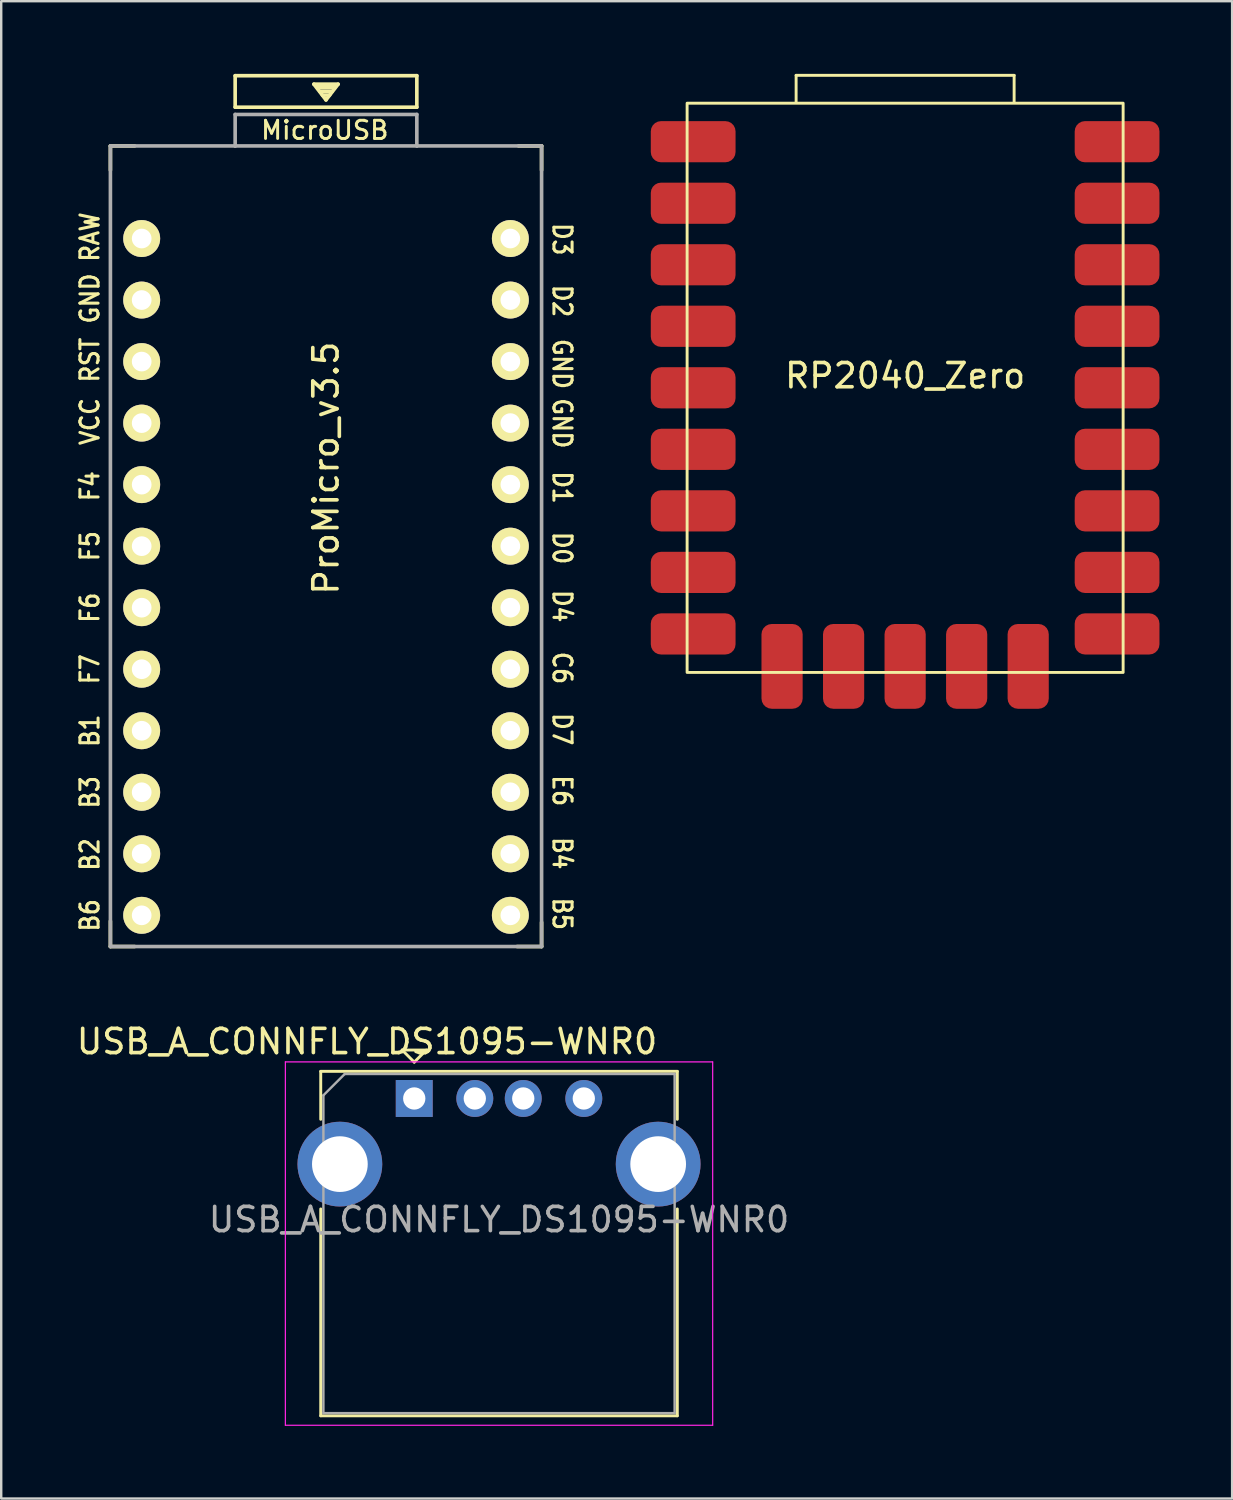
<source format=kicad_pcb>
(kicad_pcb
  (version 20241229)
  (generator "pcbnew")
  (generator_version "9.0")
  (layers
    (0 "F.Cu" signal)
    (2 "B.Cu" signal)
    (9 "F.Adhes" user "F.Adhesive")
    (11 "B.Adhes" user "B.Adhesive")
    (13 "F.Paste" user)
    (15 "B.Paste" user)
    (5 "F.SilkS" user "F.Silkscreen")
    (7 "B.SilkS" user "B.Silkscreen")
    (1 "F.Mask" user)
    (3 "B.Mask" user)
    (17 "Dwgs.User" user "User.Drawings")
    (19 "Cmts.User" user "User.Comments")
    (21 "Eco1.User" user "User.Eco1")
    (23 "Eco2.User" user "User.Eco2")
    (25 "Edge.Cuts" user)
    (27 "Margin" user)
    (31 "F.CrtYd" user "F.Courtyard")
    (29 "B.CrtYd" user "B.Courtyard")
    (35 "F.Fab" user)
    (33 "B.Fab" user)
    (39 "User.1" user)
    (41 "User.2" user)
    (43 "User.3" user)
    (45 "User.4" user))
  (footprint "USB_A_CONNFLY_DS1095-WNR0"
    (layer "F.Cu")
    (at 14.051 42.298)
    (property "Reference" "USB_A_CONNFLY_DS1095-WNR0" (at -1.95 -2.35 0) (layer "F.SilkS") (effects (font (size 1 1) (thickness 0.15))))
    (attr through_hole)
    (fp_line (start -3.86 -1.12) (end -3.86 0.86) (stroke (width 0.12) (type solid)) (layer "F.SilkS"))
    (fp_line (start -3.86 -1.12) (end 10.86 -1.12) (stroke (width 0.12) (type solid)) (layer "F.SilkS"))
    (fp_line (start -3.86 4.56) (end -3.86 13.1) (stroke (width 0.12) (type solid)) (layer "F.SilkS"))
    (fp_line (start -3.86 13.1) (end 10.86 13.1) (stroke (width 0.12) (type solid)) (layer "F.SilkS"))
    (fp_line (start -0.5 -2) (end 0 -1.5) (stroke (width 0.12) (type solid)) (layer "F.SilkS"))
    (fp_line (start 0 -1.5) (end 0.5 -2) (stroke (width 0.12) (type solid)) (layer "F.SilkS"))
    (fp_line (start 0.5 -2) (end -0.5 -2) (stroke (width 0.12) (type solid)) (layer "F.SilkS"))
    (fp_line (start 10.86 0.86) (end 10.86 -1.12) (stroke (width 0.12) (type solid)) (layer "F.SilkS"))
    (fp_line (start 10.86 4.56) (end 10.86 13.1) (stroke (width 0.12) (type solid)) (layer "F.SilkS"))
    (fp_line (start -5.32 -1.51) (end -5.32 13.49) (stroke (width 0.05) (type solid)) (layer "F.CrtYd"))
    (fp_line (start -5.32 -1.51) (end 12.32 -1.51) (stroke (width 0.05) (type solid)) (layer "F.CrtYd"))
    (fp_line (start 12.32 -1.51) (end 12.32 13.49) (stroke (width 0.05) (type solid)) (layer "F.CrtYd"))
    (fp_line (start 12.32 13.49) (end -5.32 13.49) (stroke (width 0.05) (type solid)) (layer "F.CrtYd"))
    (fp_line (start -3.75 -0.13) (end -3.75 12.99) (stroke (width 0.1) (type solid)) (layer "F.Fab"))
    (fp_line (start -3.75 12.99) (end 10.75 12.99) (stroke (width 0.1) (type solid)) (layer "F.Fab"))
    (fp_line (start -2.87 -1.01) (end -3.75 -0.13) (stroke (width 0.1) (type solid)) (layer "F.Fab"))
    (fp_line (start -2.87 -1.01) (end 10.75 -1.01) (stroke (width 0.1) (type solid)) (layer "F.Fab"))
    (fp_line (start 10.75 -1.01) (end 10.75 12.99) (stroke (width 0.1) (type solid)) (layer "F.Fab"))
    (fp_text user "${REFERENCE}" (at 3.5 5 0) (layer "F.Fab") (effects (font (size 1 1) (thickness 0.15))))
    (pad "1" thru_hole rect (at 0 0) (size 1.524 1.524) (drill 0.92) (layers "*.Cu" "*.Mask"))
    (pad "2" thru_hole circle (at 2.5 0) (size 1.524 1.524) (drill 0.92) (layers "*.Cu" "*.Mask"))
    (pad "3" thru_hole circle (at 4.5 0) (size 1.524 1.524) (drill 0.92) (layers "*.Cu" "*.Mask"))
    (pad "4" thru_hole circle (at 7 0) (size 1.524 1.524) (drill 0.92) (layers "*.Cu" "*.Mask"))
    (pad "5" thru_hole circle (at -3.07 2.71) (size 3.5 3.5) (drill 2.3) (layers "*.Cu" "*.Mask"))
    (pad "5" thru_hole circle (at 10.07 2.71) (size 3.5 3.5) (drill 2.3) (layers "*.Cu" "*.Mask")))
  (footprint "ProMicro_v3.5"
    (layer "F.Cu")
    (at 10.408 21.275)
    (property "Reference" "ProMicro_v3.5" (at 0 -5 270) (layer "F.SilkS") (effects (font (size 1 1) (thickness 0.15))))
    (attr through_hole)
    (fp_line (start -8.9 -18.3) (end -8.9 -17.3) (stroke (width 0.15) (type solid)) (layer "F.SilkS"))
    (fp_line (start -8.9 -18.3) (end -7.9 -18.3) (stroke (width 0.15) (type solid)) (layer "F.SilkS"))
    (fp_line (start -8.9 13.7) (end -8.9 14.75) (stroke (width 0.15) (type solid)) (layer "F.SilkS"))
    (fp_line (start -8.9 14.75) (end -7.9 14.75) (stroke (width 0.15) (type solid)) (layer "F.SilkS"))
    (fp_line (start -3.75 -21.2) (end -3.75 -19.9) (stroke (width 0.15) (type solid)) (layer "F.SilkS"))
    (fp_line (start -3.75 -19.9) (end 3.75 -19.9) (stroke (width 0.15) (type solid)) (layer "F.SilkS"))
    (fp_line (start -0.5 -20.85) (end 0.5 -20.85) (stroke (width 0.15) (type solid)) (layer "F.SilkS"))
    (fp_line (start -0.35 -20.7) (end 0.35 -20.7) (stroke (width 0.15) (type solid)) (layer "F.SilkS"))
    (fp_line (start -0.25 -20.55) (end 0.25 -20.55) (stroke (width 0.15) (type solid)) (layer "F.SilkS"))
    (fp_line (start -0.15 -20.4) (end 0.15 -20.4) (stroke (width 0.15) (type solid)) (layer "F.SilkS"))
    (fp_line (start 0 -20.2) (end -0.5 -20.85) (stroke (width 0.15) (type solid)) (layer "F.SilkS"))
    (fp_line (start 0.5 -20.85) (end 0 -20.2) (stroke (width 0.15) (type solid)) (layer "F.SilkS"))
    (fp_line (start 3.75 -21.2) (end -3.75 -21.2) (stroke (width 0.15) (type solid)) (layer "F.SilkS"))
    (fp_line (start 3.75 -19.9) (end 3.75 -21.2) (stroke (width 0.15) (type solid)) (layer "F.SilkS"))
    (fp_line (start 8.9 -18.3) (end 7.95 -18.3) (stroke (width 0.15) (type solid)) (layer "F.SilkS"))
    (fp_line (start 8.9 -18.3) (end 8.9 -17.3) (stroke (width 0.15) (type solid)) (layer "F.SilkS"))
    (fp_line (start 8.9 13.75) (end 8.9 14.75) (stroke (width 0.15) (type solid)) (layer "F.SilkS"))
    (fp_line (start 8.9 14.75) (end 7.89 14.75) (stroke (width 0.15) (type solid)) (layer "F.SilkS"))
    (fp_line (start -8.9 -18.3) (end -3.75 -18.3) (stroke (width 0.15) (type solid)) (layer "F.Fab"))
    (fp_line (start -8.9 14.75) (end -8.9 -18.3) (stroke (width 0.15) (type solid)) (layer "F.Fab"))
    (fp_line (start -3.75 -19.6) (end -3.75 -18.299) (stroke (width 0.15) (type solid)) (layer "F.Fab"))
    (fp_line (start -3.75 -19.6) (end 3.75 -19.6) (stroke (width 0.15) (type solid)) (layer "F.Fab"))
    (fp_line (start -3.75 -18.3) (end 3.75 -18.3) (stroke (width 0.15) (type solid)) (layer "F.Fab"))
    (fp_line (start 3.75 -19.6) (end 3.75 -18.3) (stroke (width 0.15) (type solid)) (layer "F.Fab"))
    (fp_line (start 3.76 -18.3) (end 8.9 -18.3) (stroke (width 0.15) (type solid)) (layer "F.Fab"))
    (fp_line (start 8.9 -18.3) (end 8.9 14.75) (stroke (width 0.15) (type solid)) (layer "F.Fab"))
    (fp_line (start 8.9 14.75) (end -8.9 14.75) (stroke (width 0.15) (type solid)) (layer "F.Fab"))
    (fp_text user "B5" (at 9.75 13.399 270) (unlocked yes) (layer "F.SilkS") (effects (font (size 0.75 0.67) (thickness 0.125))))
    (fp_text user "E6" (at 9.75 8.319 270) (unlocked yes) (layer "F.SilkS") (effects (font (size 0.75 0.67) (thickness 0.125))))
    (fp_text user "D7" (at 9.75 5.779 270) (unlocked yes) (layer "F.SilkS") (effects (font (size 0.75 0.67) (thickness 0.125))))
    (fp_text user "B3" (at -9.75 8.382 90) (unlocked yes) (layer "F.SilkS") (effects (font (size 0.75 0.67) (thickness 0.125))))
    (fp_text user "D4" (at 9.75 0.7 270) (unlocked yes) (layer "F.SilkS") (effects (font (size 0.75 0.67) (thickness 0.125))))
    (fp_text user "B2" (at -9.75 10.95 90) (unlocked yes) (layer "F.SilkS") (effects (font (size 0.75 0.67) (thickness 0.125))))
    (fp_text user "RST" (at -9.75 -9.461 90) (unlocked yes) (layer "F.SilkS") (effects (font (size 0.75 0.67) (thickness 0.125))))
    (fp_text user "F6" (at -9.75 0.762 90) (unlocked yes) (layer "F.SilkS") (effects (font (size 0.75 0.67) (thickness 0.125))))
    (fp_text user "" (at -0.545 -17.4 0) (layer "F.SilkS") (effects (font (size 1 1) (thickness 0.15))))
    (fp_text user "RAW" (at -9.75 -14.541 90) (unlocked yes) (layer "F.SilkS") (effects (font (size 0.75 0.67) (thickness 0.125))))
    (fp_text user "D0" (at 9.75 -1.7 270) (unlocked yes) (layer "F.SilkS") (effects (font (size 0.75 0.67) (thickness 0.125))))
    (fp_text user "VCC" (at -9.75 -6.921 90) (unlocked yes) (layer "F.SilkS") (effects (font (size 0.75 0.67) (thickness 0.125))))
    (fp_text user "D1" (at 9.75 -4.2 270) (unlocked yes) (layer "F.SilkS") (effects (font (size 0.75 0.67) (thickness 0.125))))
    (fp_text user "B6" (at -9.75 13.462 90) (unlocked yes) (layer "F.SilkS") (effects (font (size 0.75 0.67) (thickness 0.125))))
    (fp_text user "GND" (at 9.75 -9.3 270) (unlocked yes) (layer "F.SilkS") (effects (font (size 0.75 0.67) (thickness 0.125))))
    (fp_text user "B4" (at 9.75 10.9 270) (unlocked yes) (layer "F.SilkS") (effects (font (size 0.75 0.67) (thickness 0.125))))
    (fp_text user "MicroUSB" (at -0.05 -18.95 0) (layer "F.SilkS") (effects (font (size 0.75 0.75) (thickness 0.12))))
    (fp_text user "C6" (at 9.75 3.25 270) (unlocked yes) (layer "F.SilkS") (effects (font (size 0.75 0.67) (thickness 0.125))))
    (fp_text user "B1" (at -9.75 5.842 90) (unlocked yes) (layer "F.SilkS") (effects (font (size 0.75 0.67) (thickness 0.125))))
    (fp_text user "F4" (at -9.75 -4.255 90) (unlocked yes) (layer "F.SilkS") (effects (font (size 0.75 0.67) (thickness 0.125))))
    (fp_text user "D3" (at 9.75 -14.45 270) (unlocked yes) (layer "F.SilkS") (effects (font (size 0.75 0.67) (thickness 0.125))))
    (fp_text user "GND" (at -9.75 -12.002 90) (unlocked yes) (layer "F.SilkS") (effects (font (size 0.75 0.67) (thickness 0.125))))
    (fp_text user "F5" (at -9.75 -1.778 90) (unlocked yes) (layer "F.SilkS") (effects (font (size 0.75 0.67) (thickness 0.125))))
    (fp_text user "F7" (at -9.75 3.302 90) (unlocked yes) (layer "F.SilkS") (effects (font (size 0.75 0.67) (thickness 0.125))))
    (fp_text user "GND" (at 9.75 -6.85 270) (unlocked yes) (layer "F.SilkS") (effects (font (size 0.75 0.67) (thickness 0.125))))
    (fp_text user "D2" (at 9.75 -11.9 270) (unlocked yes) (layer "F.SilkS") (effects (font (size 0.75 0.67) (thickness 0.125))))
    (fp_text user "" (at -1.252 -16.256 0) (layer "B.SilkS") (effects (font (size 1 1) (thickness 0.15)) (justify mirror)))
    (pad "1" thru_hole circle (at 7.611 -14.478) (size 1.524 1.524) (drill 0.813) (layers "*.Cu" "B.Mask" "F.SilkS"))
    (pad "2" thru_hole circle (at 7.611 -11.938) (size 1.524 1.524) (drill 0.813) (layers "*.Cu" "B.Mask" "F.SilkS"))
    (pad "3" thru_hole circle (at 7.611 -9.398) (size 1.524 1.524) (drill 0.813) (layers "*.Cu" "B.Mask" "F.SilkS"))
    (pad "4" thru_hole circle (at 7.611 -6.858) (size 1.524 1.524) (drill 0.813) (layers "*.Cu" "B.Mask" "F.SilkS"))
    (pad "5" thru_hole circle (at 7.611 -4.318) (size 1.524 1.524) (drill 0.813) (layers "*.Cu" "B.Mask" "F.SilkS"))
    (pad "6" thru_hole circle (at 7.611 -1.778) (size 1.524 1.524) (drill 0.813) (layers "*.Cu" "B.Mask" "F.SilkS"))
    (pad "7" thru_hole circle (at 7.611 0.762) (size 1.524 1.524) (drill 0.813) (layers "*.Cu" "B.Mask" "F.SilkS"))
    (pad "8" thru_hole circle (at 7.611 3.302) (size 1.524 1.524) (drill 0.813) (layers "*.Cu" "B.Mask" "F.SilkS"))
    (pad "9" thru_hole circle (at 7.611 5.842) (size 1.524 1.524) (drill 0.813) (layers "*.Cu" "B.Mask" "F.SilkS"))
    (pad "10" thru_hole circle (at 7.611 8.382) (size 1.524 1.524) (drill 0.813) (layers "*.Cu" "B.Mask" "F.SilkS"))
    (pad "11" thru_hole circle (at 7.611 10.922) (size 1.524 1.524) (drill 0.813) (layers "*.Cu" "B.Mask" "F.SilkS"))
    (pad "12" thru_hole circle (at 7.611 13.462) (size 1.524 1.524) (drill 0.813) (layers "*.Cu" "B.Mask" "F.SilkS"))
    (pad "13" thru_hole circle (at -7.609 13.462) (size 1.524 1.524) (drill 0.813) (layers "*.Cu" "B.Mask" "F.SilkS"))
    (pad "14" thru_hole circle (at -7.609 10.922) (size 1.524 1.524) (drill 0.813) (layers "*.Cu" "B.Mask" "F.SilkS"))
    (pad "15" thru_hole circle (at -7.609 8.382) (size 1.524 1.524) (drill 0.813) (layers "*.Cu" "B.Mask" "F.SilkS"))
    (pad "16" thru_hole circle (at -7.609 5.842) (size 1.524 1.524) (drill 0.813) (layers "*.Cu" "B.Mask" "F.SilkS"))
    (pad "17" thru_hole circle (at -7.609 3.302) (size 1.524 1.524) (drill 0.813) (layers "*.Cu" "B.Mask" "F.SilkS"))
    (pad "18" thru_hole circle (at -7.609 0.762) (size 1.524 1.524) (drill 0.813) (layers "*.Cu" "B.Mask" "F.SilkS"))
    (pad "19" thru_hole circle (at -7.609 -1.778) (size 1.524 1.524) (drill 0.813) (layers "*.Cu" "B.Mask" "F.SilkS"))
    (pad "20" thru_hole circle (at -7.609 -4.318) (size 1.524 1.524) (drill 0.813) (layers "*.Cu" "B.Mask" "F.SilkS"))
    (pad "21" thru_hole circle (at -7.609 -6.858) (size 1.524 1.524) (drill 0.813) (layers "*.Cu" "B.Mask" "F.SilkS"))
    (pad "22" thru_hole circle (at -7.609 -9.398) (size 1.524 1.524) (drill 0.813) (layers "*.Cu" "B.Mask" "F.SilkS"))
    (pad "23" thru_hole circle (at -7.609 -11.938) (size 1.524 1.524) (drill 0.813) (layers "*.Cu" "B.Mask" "F.SilkS"))
    (pad "24" thru_hole circle (at -7.609 -14.478) (size 1.524 1.524) (drill 0.813) (layers "*.Cu" "B.Mask" "F.SilkS")))
  (footprint "RP2040_Zero"
    (layer "F.Cu")
    (at 34.316 12.96)
    (property "Reference" "RP2040_Zero" (at 0 -0.5 0) (unlocked yes) (layer "F.SilkS") (effects (font (size 1 1) (thickness 0.15))))
    (attr smd)
    (fp_line (start -4.5 -12.9) (end 4.5 -12.9) (stroke (width 0.12) (type solid)) (layer "F.SilkS"))
    (fp_line (start -4.5 -11.8) (end -4.5 -12.9) (stroke (width 0.12) (type solid)) (layer "F.SilkS"))
    (fp_line (start 4.5 -12.9) (end 4.5 -11.8) (stroke (width 0.12) (type solid)) (layer "F.SilkS"))
    (fp_rect (start 9 -11.75) (end -9 11.75) (stroke (width 0.12) (type solid)) (fill no) (layer "F.SilkS"))
    (pad "0" smd roundrect (at 8.75 -10.16) (size 3.5 1.7) (layers "F.Cu" "F.Mask" "F.Paste") (roundrect_rratio 0.25))
    (pad "1" smd roundrect (at 8.75 -7.62) (size 3.5 1.7) (layers "F.Cu" "F.Mask" "F.Paste") (roundrect_rratio 0.25))
    (pad "2" smd roundrect (at 8.75 -5.08) (size 3.5 1.7) (layers "F.Cu" "F.Mask" "F.Paste") (roundrect_rratio 0.25))
    (pad "3" smd roundrect (at 8.75 -2.54) (size 3.5 1.7) (layers "F.Cu" "F.Mask" "F.Paste") (roundrect_rratio 0.25))
    (pad "4" smd roundrect (at 8.75 0) (size 3.5 1.7) (layers "F.Cu" "F.Mask" "F.Paste") (roundrect_rratio 0.25))
    (pad "5" smd roundrect (at 8.75 2.54) (size 3.5 1.7) (layers "F.Cu" "F.Mask" "F.Paste") (roundrect_rratio 0.25))
    (pad "6" smd roundrect (at 8.75 5.08) (size 3.5 1.7) (layers "F.Cu" "F.Mask" "F.Paste") (roundrect_rratio 0.25))
    (pad "7" smd roundrect (at 8.75 7.62) (size 3.5 1.7) (layers "F.Cu" "F.Mask" "F.Paste") (roundrect_rratio 0.25))
    (pad "8" smd roundrect (at 8.75 10.16) (size 3.5 1.7) (layers "F.Cu" "F.Mask" "F.Paste") (roundrect_rratio 0.25))
    (pad "9" smd roundrect (at 5.08 11.5 90) (size 3.5 1.7) (layers "F.Cu" "F.Mask" "F.Paste") (roundrect_rratio 0.25))
    (pad "10" smd roundrect (at 2.54 11.5 90) (size 3.5 1.7) (layers "F.Cu" "F.Mask" "F.Paste") (roundrect_rratio 0.25))
    (pad "11" smd roundrect (at 0 11.5 90) (size 3.5 1.7) (layers "F.Cu" "F.Mask" "F.Paste") (roundrect_rratio 0.25))
    (pad "12" smd roundrect (at -2.54 11.5 90) (size 3.5 1.7) (layers "F.Cu" "F.Mask" "F.Paste") (roundrect_rratio 0.25))
    (pad "13" smd roundrect (at -5.08 11.5 90) (size 3.5 1.7) (layers "F.Cu" "F.Mask" "F.Paste") (roundrect_rratio 0.25))
    (pad "14" smd roundrect (at -8.75 10.16 180) (size 3.5 1.7) (layers "F.Cu" "F.Mask" "F.Paste") (roundrect_rratio 0.25))
    (pad "15" smd roundrect (at -8.75 7.62 180) (size 3.5 1.7) (layers "F.Cu" "F.Mask" "F.Paste") (roundrect_rratio 0.25))
    (pad "26" smd roundrect (at -8.75 5.08 180) (size 3.5 1.7) (layers "F.Cu" "F.Mask" "F.Paste") (roundrect_rratio 0.25))
    (pad "27" smd roundrect (at -8.75 2.54 180) (size 3.5 1.7) (layers "F.Cu" "F.Mask" "F.Paste") (roundrect_rratio 0.25))
    (pad "28" smd roundrect (at -8.75 0 180) (size 3.5 1.7) (layers "F.Cu" "F.Mask" "F.Paste") (roundrect_rratio 0.25))
    (pad "29" smd roundrect (at -8.75 -2.54 180) (size 3.5 1.7) (layers "F.Cu" "F.Mask" "F.Paste") (roundrect_rratio 0.25))
    (pad "30" smd roundrect (at -8.75 -5.08 180) (size 3.5 1.7) (layers "F.Cu" "F.Mask" "F.Paste") (roundrect_rratio 0.25))
    (pad "31" smd roundrect (at -8.75 -7.62 180) (size 3.5 1.7) (layers "F.Cu" "F.Mask" "F.Paste") (roundrect_rratio 0.25))
    (pad "32" smd roundrect (at -8.75 -10.16 180) (size 3.5 1.7) (layers "F.Cu" "F.Mask" "F.Paste") (roundrect_rratio 0.25)))
  (gr_rect
    (start -3 -3)
    (end 47.816 58.813)
    (stroke (width 0.1) (type default))
    (fill no)
    (layer "Edge.Cuts")))
</source>
